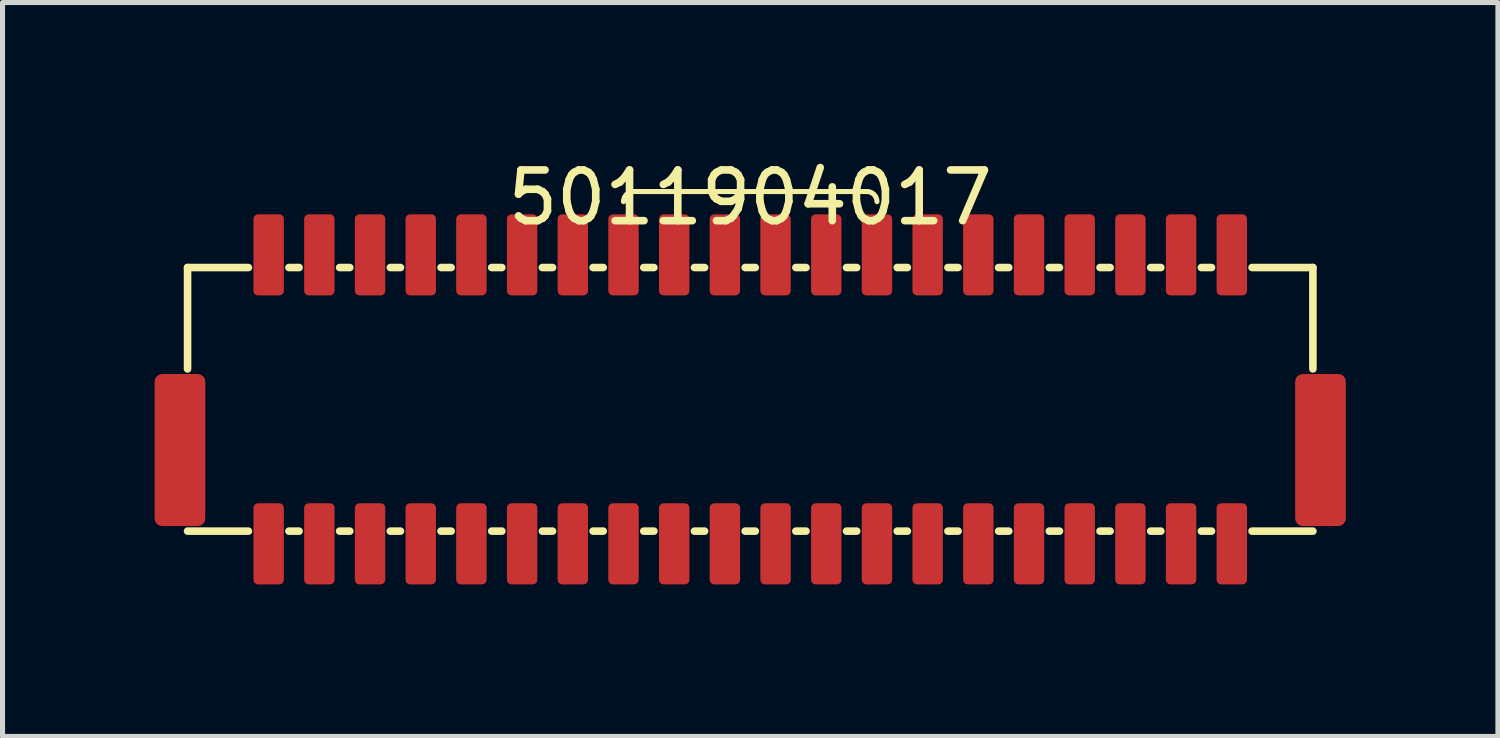
<source format=kicad_pcb>
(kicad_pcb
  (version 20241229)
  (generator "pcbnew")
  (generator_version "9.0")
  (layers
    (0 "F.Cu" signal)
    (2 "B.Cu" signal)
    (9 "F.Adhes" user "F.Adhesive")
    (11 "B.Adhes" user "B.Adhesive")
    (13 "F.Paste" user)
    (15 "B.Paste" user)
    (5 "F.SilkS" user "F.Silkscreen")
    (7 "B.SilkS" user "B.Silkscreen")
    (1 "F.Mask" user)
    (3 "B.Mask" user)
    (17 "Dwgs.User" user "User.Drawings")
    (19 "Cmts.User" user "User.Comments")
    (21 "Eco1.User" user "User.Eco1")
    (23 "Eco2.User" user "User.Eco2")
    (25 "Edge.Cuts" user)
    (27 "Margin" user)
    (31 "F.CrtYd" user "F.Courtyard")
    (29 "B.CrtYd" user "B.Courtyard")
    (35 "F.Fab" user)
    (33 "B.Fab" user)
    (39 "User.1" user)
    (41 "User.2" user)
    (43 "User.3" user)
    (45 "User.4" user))
  (footprint "5011904017"
    (layer "F.Cu")
    (at 11.75 4.828)
    (property "Reference" "5011904017" (at 0 -3.98 0) (layer "F.SilkS") (effects (font (size 1 1) (thickness 0.15))))
    (attr smd)
    (fp_line (start -11.1 -2.6) (end -9.9 -2.6) (stroke (width 0.15) (type solid)) (layer "F.SilkS"))
    (fp_line (start -11.1 -0.6) (end -11.1 -2.6) (stroke (width 0.15) (type solid)) (layer "F.SilkS"))
    (fp_line (start -11.1 2.6) (end -9.9 2.6) (stroke (width 0.15) (type solid)) (layer "F.SilkS"))
    (fp_line (start -9.1 -2.6) (end -8.9 -2.6) (stroke (width 0.15) (type solid)) (layer "F.SilkS"))
    (fp_line (start -9.1 2.6) (end -8.9 2.6) (stroke (width 0.15) (type solid)) (layer "F.SilkS"))
    (fp_line (start -8.1 -2.6) (end -7.9 -2.6) (stroke (width 0.15) (type solid)) (layer "F.SilkS"))
    (fp_line (start -8.1 2.6) (end -7.9 2.6) (stroke (width 0.15) (type solid)) (layer "F.SilkS"))
    (fp_line (start -7.1 -2.6) (end -6.9 -2.6) (stroke (width 0.15) (type solid)) (layer "F.SilkS"))
    (fp_line (start -7.1 2.6) (end -6.9 2.6) (stroke (width 0.15) (type solid)) (layer "F.SilkS"))
    (fp_line (start -6.1 -2.6) (end -5.9 -2.6) (stroke (width 0.15) (type solid)) (layer "F.SilkS"))
    (fp_line (start -6.1 2.6) (end -5.9 2.6) (stroke (width 0.15) (type solid)) (layer "F.SilkS"))
    (fp_line (start -5.1 -2.6) (end -4.9 -2.6) (stroke (width 0.15) (type solid)) (layer "F.SilkS"))
    (fp_line (start -5.1 2.6) (end -4.9 2.6) (stroke (width 0.15) (type solid)) (layer "F.SilkS"))
    (fp_line (start -4.1 -2.6) (end -3.9 -2.6) (stroke (width 0.15) (type solid)) (layer "F.SilkS"))
    (fp_line (start -4.1 2.6) (end -3.9 2.6) (stroke (width 0.15) (type solid)) (layer "F.SilkS"))
    (fp_line (start -3.1 -2.6) (end -2.9 -2.6) (stroke (width 0.15) (type solid)) (layer "F.SilkS"))
    (fp_line (start -3.1 2.6) (end -2.9 2.6) (stroke (width 0.15) (type solid)) (layer "F.SilkS"))
    (fp_line (start -2.3 -4.1) (end 2.3 -4.1) (stroke (width 0.1) (type default)) (layer "F.SilkS"))
    (fp_line (start -2.1 -2.6) (end -1.9 -2.6) (stroke (width 0.15) (type solid)) (layer "F.SilkS"))
    (fp_line (start -2.1 2.6) (end -1.9 2.6) (stroke (width 0.15) (type solid)) (layer "F.SilkS"))
    (fp_line (start -1.1 -2.6) (end -0.9 -2.6) (stroke (width 0.15) (type solid)) (layer "F.SilkS"))
    (fp_line (start -1.1 2.6) (end -0.9 2.6) (stroke (width 0.15) (type solid)) (layer "F.SilkS"))
    (fp_line (start -0.1 -2.6) (end 0.1 -2.6) (stroke (width 0.15) (type solid)) (layer "F.SilkS"))
    (fp_line (start -0.1 2.6) (end 0.1 2.6) (stroke (width 0.15) (type solid)) (layer "F.SilkS"))
    (fp_line (start 0.9 -2.6) (end 1.1 -2.6) (stroke (width 0.15) (type solid)) (layer "F.SilkS"))
    (fp_line (start 0.9 2.6) (end 1.1 2.6) (stroke (width 0.15) (type solid)) (layer "F.SilkS"))
    (fp_line (start 1.9 -2.6) (end 2.1 -2.6) (stroke (width 0.15) (type solid)) (layer "F.SilkS"))
    (fp_line (start 1.9 2.6) (end 2.1 2.6) (stroke (width 0.15) (type solid)) (layer "F.SilkS"))
    (fp_line (start 2.9 -2.6) (end 3.1 -2.6) (stroke (width 0.15) (type solid)) (layer "F.SilkS"))
    (fp_line (start 2.9 2.6) (end 3.1 2.6) (stroke (width 0.15) (type solid)) (layer "F.SilkS"))
    (fp_line (start 3.9 -2.6) (end 4.1 -2.6) (stroke (width 0.15) (type solid)) (layer "F.SilkS"))
    (fp_line (start 3.9 2.6) (end 4.1 2.6) (stroke (width 0.15) (type solid)) (layer "F.SilkS"))
    (fp_line (start 4.9 -2.6) (end 5.1 -2.6) (stroke (width 0.15) (type solid)) (layer "F.SilkS"))
    (fp_line (start 4.9 2.6) (end 5.1 2.6) (stroke (width 0.15) (type solid)) (layer "F.SilkS"))
    (fp_line (start 5.9 -2.6) (end 6.1 -2.6) (stroke (width 0.15) (type solid)) (layer "F.SilkS"))
    (fp_line (start 5.9 2.6) (end 6.1 2.6) (stroke (width 0.15) (type solid)) (layer "F.SilkS"))
    (fp_line (start 6.9 -2.6) (end 7.1 -2.6) (stroke (width 0.15) (type solid)) (layer "F.SilkS"))
    (fp_line (start 6.9 2.6) (end 7.1 2.6) (stroke (width 0.15) (type solid)) (layer "F.SilkS"))
    (fp_line (start 7.9 -2.6) (end 8.1 -2.6) (stroke (width 0.15) (type solid)) (layer "F.SilkS"))
    (fp_line (start 7.9 2.6) (end 8.1 2.6) (stroke (width 0.15) (type solid)) (layer "F.SilkS"))
    (fp_line (start 8.9 -2.6) (end 9.1 -2.6) (stroke (width 0.15) (type solid)) (layer "F.SilkS"))
    (fp_line (start 8.9 2.6) (end 9.1 2.6) (stroke (width 0.15) (type solid)) (layer "F.SilkS"))
    (fp_line (start 9.9 -2.6) (end 11.1 -2.6) (stroke (width 0.15) (type solid)) (layer "F.SilkS"))
    (fp_line (start 9.9 2.6) (end 11.1 2.6) (stroke (width 0.15) (type solid)) (layer "F.SilkS"))
    (fp_line (start 11.1 -0.6) (end 11.1 -2.6) (stroke (width 0.15) (type solid)) (layer "F.SilkS"))
    (fp_arc (start -2.5 -3.9) (mid -2.441421 -4.041421) (end -2.3 -4.1) (stroke (width 0.1) (type default)) (layer "F.SilkS"))
    (fp_arc (start 2.3 -4.1) (mid 2.441421 -4.041421) (end 2.5 -3.9) (stroke (width 0.1) (type default)) (layer "F.SilkS"))
    (pad "1" smd roundrect (at 9.5 -2.85 180) (size 0.6 1.6) (layers "F.Cu" "F.Mask" "F.Paste") (roundrect_rratio 0.15))
    (pad "2" smd roundrect (at 9.5 2.85 180) (size 0.6 1.6) (layers "F.Cu" "F.Mask" "F.Paste") (roundrect_rratio 0.15))
    (pad "3" smd roundrect (at 8.5 -2.85 180) (size 0.6 1.6) (layers "F.Cu" "F.Mask" "F.Paste") (roundrect_rratio 0.15))
    (pad "4" smd roundrect (at 8.5 2.85 180) (size 0.6 1.6) (layers "F.Cu" "F.Mask" "F.Paste") (roundrect_rratio 0.15))
    (pad "5" smd roundrect (at 7.5 -2.85 180) (size 0.6 1.6) (layers "F.Cu" "F.Mask" "F.Paste") (roundrect_rratio 0.15))
    (pad "6" smd roundrect (at 7.5 2.85 180) (size 0.6 1.6) (layers "F.Cu" "F.Mask" "F.Paste") (roundrect_rratio 0.15))
    (pad "7" smd roundrect (at 6.5 -2.85 180) (size 0.6 1.6) (layers "F.Cu" "F.Mask" "F.Paste") (roundrect_rratio 0.15))
    (pad "8" smd roundrect (at 6.5 2.85 180) (size 0.6 1.6) (layers "F.Cu" "F.Mask" "F.Paste") (roundrect_rratio 0.15))
    (pad "9" smd roundrect (at 5.5 -2.85 180) (size 0.6 1.6) (layers "F.Cu" "F.Mask" "F.Paste") (roundrect_rratio 0.15))
    (pad "10" smd roundrect (at 5.5 2.85 180) (size 0.6 1.6) (layers "F.Cu" "F.Mask" "F.Paste") (roundrect_rratio 0.15))
    (pad "11" smd roundrect (at 4.5 -2.85 180) (size 0.6 1.6) (layers "F.Cu" "F.Mask" "F.Paste") (roundrect_rratio 0.15))
    (pad "12" smd roundrect (at 4.5 2.85 180) (size 0.6 1.6) (layers "F.Cu" "F.Mask" "F.Paste") (roundrect_rratio 0.15))
    (pad "13" smd roundrect (at 3.5 -2.85 180) (size 0.6 1.6) (layers "F.Cu" "F.Mask" "F.Paste") (roundrect_rratio 0.15))
    (pad "14" smd roundrect (at 3.5 2.85 180) (size 0.6 1.6) (layers "F.Cu" "F.Mask" "F.Paste") (roundrect_rratio 0.15))
    (pad "15" smd roundrect (at 2.5 -2.85 180) (size 0.6 1.6) (layers "F.Cu" "F.Mask" "F.Paste") (roundrect_rratio 0.15))
    (pad "16" smd roundrect (at 2.5 2.85 180) (size 0.6 1.6) (layers "F.Cu" "F.Mask" "F.Paste") (roundrect_rratio 0.15))
    (pad "17" smd roundrect (at 1.5 -2.85 180) (size 0.6 1.6) (layers "F.Cu" "F.Mask" "F.Paste") (roundrect_rratio 0.15))
    (pad "18" smd roundrect (at 1.5 2.85 180) (size 0.6 1.6) (layers "F.Cu" "F.Mask" "F.Paste") (roundrect_rratio 0.15))
    (pad "19" smd roundrect (at 0.5 -2.85 180) (size 0.6 1.6) (layers "F.Cu" "F.Mask" "F.Paste") (roundrect_rratio 0.15))
    (pad "20" smd roundrect (at 0.5 2.85 180) (size 0.6 1.6) (layers "F.Cu" "F.Mask" "F.Paste") (roundrect_rratio 0.15))
    (pad "21" smd roundrect (at -0.5 -2.85 180) (size 0.6 1.6) (layers "F.Cu" "F.Mask" "F.Paste") (roundrect_rratio 0.15))
    (pad "22" smd roundrect (at -0.5 2.85 180) (size 0.6 1.6) (layers "F.Cu" "F.Mask" "F.Paste") (roundrect_rratio 0.15))
    (pad "23" smd roundrect (at -1.5 -2.85 180) (size 0.6 1.6) (layers "F.Cu" "F.Mask" "F.Paste") (roundrect_rratio 0.15))
    (pad "24" smd roundrect (at -1.5 2.85 180) (size 0.6 1.6) (layers "F.Cu" "F.Mask" "F.Paste") (roundrect_rratio 0.15))
    (pad "25" smd roundrect (at -2.5 -2.85 180) (size 0.6 1.6) (layers "F.Cu" "F.Mask" "F.Paste") (roundrect_rratio 0.15))
    (pad "26" smd roundrect (at -2.5 2.85 180) (size 0.6 1.6) (layers "F.Cu" "F.Mask" "F.Paste") (roundrect_rratio 0.15))
    (pad "27" smd roundrect (at -3.5 -2.85 180) (size 0.6 1.6) (layers "F.Cu" "F.Mask" "F.Paste") (roundrect_rratio 0.15))
    (pad "28" smd roundrect (at -3.5 2.85 180) (size 0.6 1.6) (layers "F.Cu" "F.Mask" "F.Paste") (roundrect_rratio 0.15))
    (pad "29" smd roundrect (at -4.5 -2.85 180) (size 0.6 1.6) (layers "F.Cu" "F.Mask" "F.Paste") (roundrect_rratio 0.15))
    (pad "30" smd roundrect (at -4.5 2.85 180) (size 0.6 1.6) (layers "F.Cu" "F.Mask" "F.Paste") (roundrect_rratio 0.15))
    (pad "31" smd roundrect (at -5.5 -2.85 180) (size 0.6 1.6) (layers "F.Cu" "F.Mask" "F.Paste") (roundrect_rratio 0.15))
    (pad "32" smd roundrect (at -5.5 2.85 180) (size 0.6 1.6) (layers "F.Cu" "F.Mask" "F.Paste") (roundrect_rratio 0.15))
    (pad "33" smd roundrect (at -6.5 -2.85 180) (size 0.6 1.6) (layers "F.Cu" "F.Mask" "F.Paste") (roundrect_rratio 0.15))
    (pad "34" smd roundrect (at -6.5 2.85 180) (size 0.6 1.6) (layers "F.Cu" "F.Mask" "F.Paste") (roundrect_rratio 0.15))
    (pad "35" smd roundrect (at -7.5 -2.85 180) (size 0.6 1.6) (layers "F.Cu" "F.Mask" "F.Paste") (roundrect_rratio 0.15))
    (pad "36" smd roundrect (at -7.5 2.85 180) (size 0.6 1.6) (layers "F.Cu" "F.Mask" "F.Paste") (roundrect_rratio 0.15))
    (pad "37" smd roundrect (at -8.5 -2.85 180) (size 0.6 1.6) (layers "F.Cu" "F.Mask" "F.Paste") (roundrect_rratio 0.15))
    (pad "38" smd roundrect (at -8.5 2.85 180) (size 0.6 1.6) (layers "F.Cu" "F.Mask" "F.Paste") (roundrect_rratio 0.15))
    (pad "39" smd roundrect (at -9.5 -2.85 180) (size 0.6 1.6) (layers "F.Cu" "F.Mask" "F.Paste") (roundrect_rratio 0.15))
    (pad "40" smd roundrect (at -9.5 2.85 180) (size 0.6 1.6) (layers "F.Cu" "F.Mask" "F.Paste") (roundrect_rratio 0.15))
    (pad "MP1" smd roundrect (at 11.25 1 180) (size 1 3) (layers "F.Cu" "F.Mask" "F.Paste") (roundrect_rratio 0.15))
    (pad "MP2" smd roundrect (at -11.25 1 180) (size 1 3) (layers "F.Cu" "F.Mask" "F.Paste") (roundrect_rratio 0.15)))
  (gr_rect
    (start -3 -3)
    (end 26.5 11.478)
    (stroke (width 0.1) (type default))
    (fill no)
    (layer "Edge.Cuts")))
</source>
